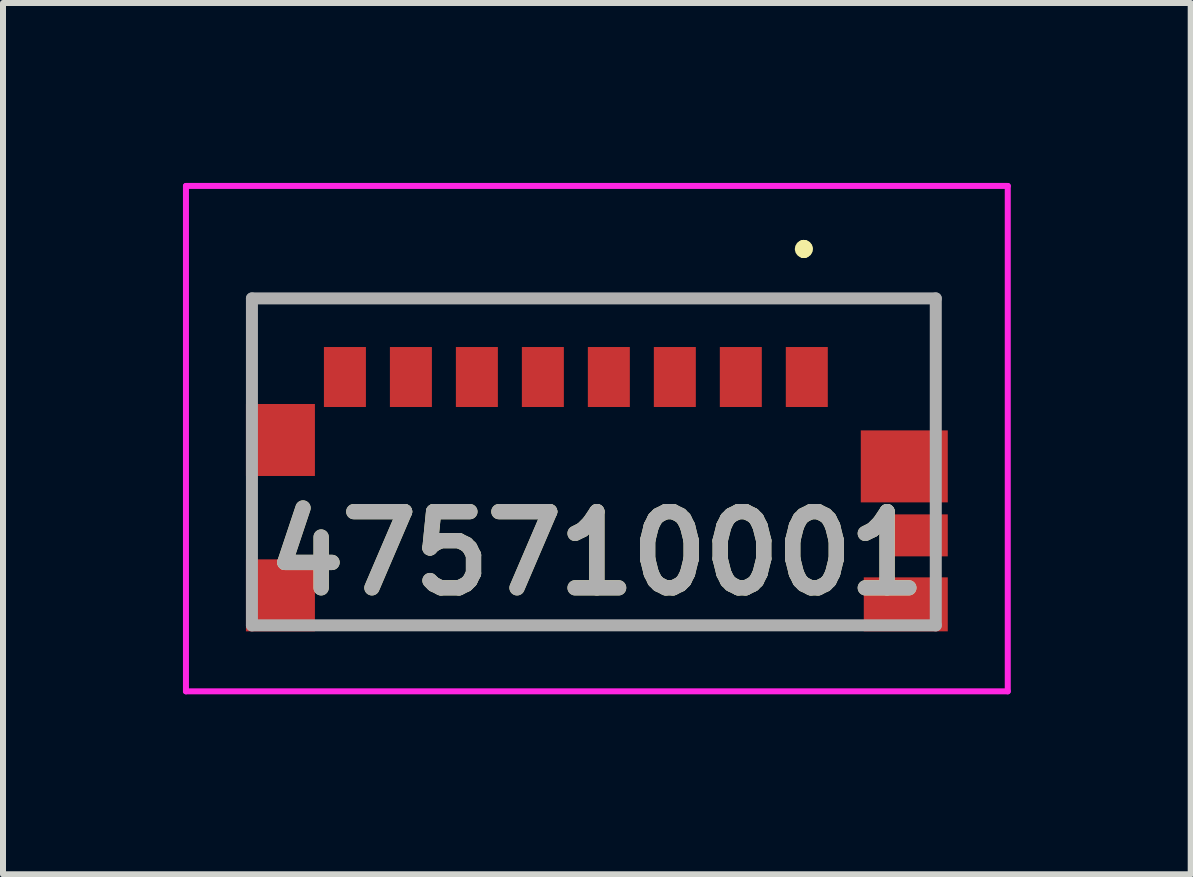
<source format=kicad_pcb>
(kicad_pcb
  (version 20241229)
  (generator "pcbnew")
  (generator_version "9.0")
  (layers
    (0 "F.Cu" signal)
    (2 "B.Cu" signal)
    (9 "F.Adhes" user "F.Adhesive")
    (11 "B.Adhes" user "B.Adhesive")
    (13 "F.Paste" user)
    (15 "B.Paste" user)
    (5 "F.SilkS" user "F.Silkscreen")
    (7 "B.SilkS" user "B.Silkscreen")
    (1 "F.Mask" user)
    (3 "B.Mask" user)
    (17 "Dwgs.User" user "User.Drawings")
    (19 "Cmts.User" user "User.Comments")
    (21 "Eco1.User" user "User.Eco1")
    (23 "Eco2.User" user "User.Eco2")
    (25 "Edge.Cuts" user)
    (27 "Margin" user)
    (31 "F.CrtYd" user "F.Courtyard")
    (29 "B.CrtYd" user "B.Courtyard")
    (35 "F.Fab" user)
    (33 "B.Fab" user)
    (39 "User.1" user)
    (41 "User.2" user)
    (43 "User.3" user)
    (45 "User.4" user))
  (footprint "475710001"
    (layer "F.Cu")
    (at 6.85 4.675)
    (property "Reference" "475710001" (at 0.05 1.5 0) (layer "F.SilkS") (effects (font (size 1.27 1.27) (thickness 0.254))))
    (attr smd)
    (fp_line (start -5.7 -2.75) (end 5.7 -2.75) (stroke (width 0.1) (type solid)) (layer "F.SilkS"))
    (fp_line (start -5.7 -1.225) (end -5.7 -2.75) (stroke (width 0.1) (type solid)) (layer "F.SilkS"))
    (fp_line (start -4.4 2.7) (end 4.2 2.7) (stroke (width 0.1) (type solid)) (layer "F.SilkS"))
    (fp_line (start 3.5 -3.625) (end 3.5 -3.625) (stroke (width 0.2) (type solid)) (layer "F.SilkS"))
    (fp_line (start 3.5 -3.525) (end 3.5 -3.525) (stroke (width 0.2) (type solid)) (layer "F.SilkS"))
    (fp_line (start 3.5 -3.525) (end 3.5 -3.525) (stroke (width 0.2) (type solid)) (layer "F.SilkS"))
    (fp_line (start 5.7 -2.75) (end 5.7 -0.825) (stroke (width 0.1) (type solid)) (layer "F.SilkS"))
    (fp_arc (start 3.5 -3.625) (mid 3.55 -3.575) (end 3.5 -3.525) (stroke (width 0.2) (type solid)) (layer "F.SilkS"))
    (fp_arc (start 3.5 -3.625) (mid 3.55 -3.575) (end 3.5 -3.525) (stroke (width 0.2) (type solid)) (layer "F.SilkS"))
    (fp_arc (start 3.5 -3.525) (mid 3.45 -3.575) (end 3.5 -3.625) (stroke (width 0.2) (type solid)) (layer "F.SilkS"))
    (fp_line (start -6.8 -4.625) (end 6.9 -4.625) (stroke (width 0.1) (type solid)) (layer "F.CrtYd"))
    (fp_line (start -6.8 3.8) (end -6.8 -4.625) (stroke (width 0.1) (type solid)) (layer "F.CrtYd"))
    (fp_line (start 6.9 -4.625) (end 6.9 3.8) (stroke (width 0.1) (type solid)) (layer "F.CrtYd"))
    (fp_line (start 6.9 3.8) (end -6.8 3.8) (stroke (width 0.1) (type solid)) (layer "F.CrtYd"))
    (fp_line (start -5.7 -2.75) (end 5.7 -2.75) (stroke (width 0.2) (type solid)) (layer "F.Fab"))
    (fp_line (start -5.7 2.7) (end -5.7 -2.75) (stroke (width 0.2) (type solid)) (layer "F.Fab"))
    (fp_line (start 5.7 -2.75) (end 5.7 2.7) (stroke (width 0.2) (type solid)) (layer "F.Fab"))
    (fp_line (start 5.7 2.7) (end -5.7 2.7) (stroke (width 0.2) (type solid)) (layer "F.Fab"))
    (fp_text user "${REFERENCE}" (at 0.05 1.5 0) (layer "F.Fab") (effects (font (size 1.27 1.27) (thickness 0.254))))
    (pad "G1" smd rect (at -5.225 -0.39) (size 1.15 1.2) (layers "F.Cu" "F.Mask" "F.Paste"))
    (pad "G2" smd rect (at -5.225 2.2) (size 1.15 1.2) (layers "F.Cu" "F.Mask" "F.Paste"))
    (pad "G3" smd rect (at 5.175 0.05 90) (size 1.2 1.45) (layers "F.Cu" "F.Mask" "F.Paste"))
    (pad "G4" smd rect (at 5.4 1.2 90) (size 0.7 1) (layers "F.Cu" "F.Mask" "F.Paste"))
    (pad "G5" smd rect (at 5.2 2.35 90) (size 0.9 1.4) (layers "F.Cu" "F.Mask" "F.Paste"))
    (pad "P1" smd rect (at 3.55 -1.44) (size 0.7 1) (layers "F.Cu" "F.Mask" "F.Paste"))
    (pad "P2" smd rect (at 2.45 -1.44) (size 0.7 1) (layers "F.Cu" "F.Mask" "F.Paste"))
    (pad "P3" smd rect (at 1.35 -1.44) (size 0.7 1) (layers "F.Cu" "F.Mask" "F.Paste"))
    (pad "P4" smd rect (at 0.25 -1.44) (size 0.7 1) (layers "F.Cu" "F.Mask" "F.Paste"))
    (pad "P5" smd rect (at -0.85 -1.44) (size 0.7 1) (layers "F.Cu" "F.Mask" "F.Paste"))
    (pad "P6" smd rect (at -1.95 -1.44) (size 0.7 1) (layers "F.Cu" "F.Mask" "F.Paste"))
    (pad "P7" smd rect (at -3.05 -1.44) (size 0.7 1) (layers "F.Cu" "F.Mask" "F.Paste"))
    (pad "P8" smd rect (at -4.15 -1.44) (size 0.7 1) (layers "F.Cu" "F.Mask" "F.Paste")))
  (gr_rect
    (start -3 -3)
    (end 16.8 11.525)
    (stroke (width 0.1) (type default))
    (fill no)
    (layer "Edge.Cuts")))
</source>
